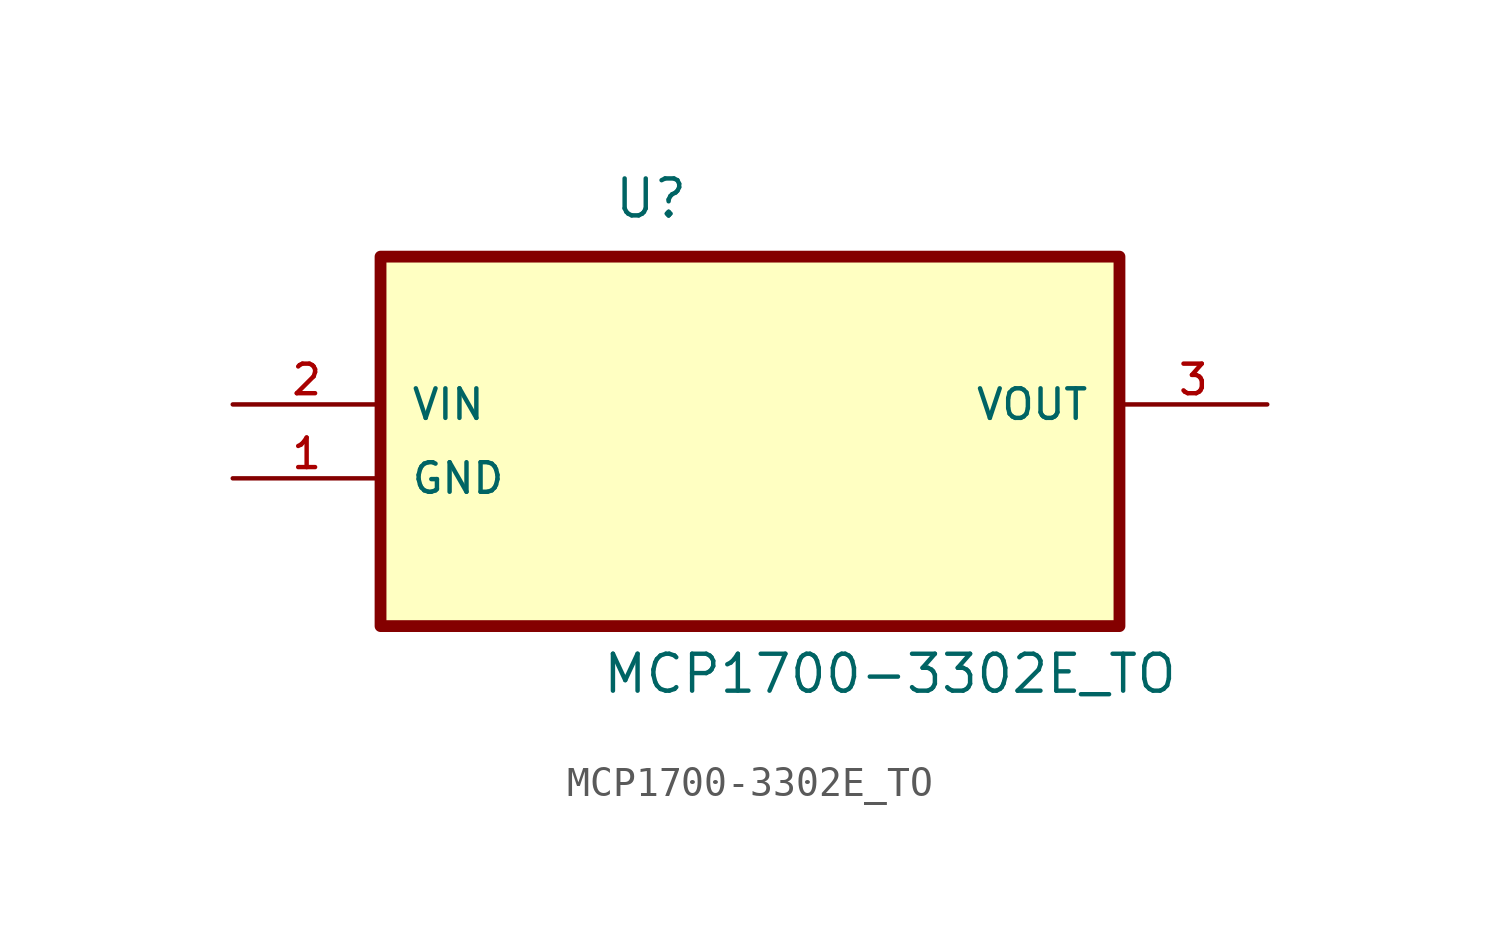
<source format=kicad_sym>
(kicad_symbol_lib
  (version 20211014)
  (generator kicad_symbol_editor)
  (symbol "MCP1700-3302E_TO"
    (pin_names
      (offset 1.016))
    (property "Reference" "U"
      (at -4.712 3.795 0.0)
      (effects (font (size 1.27 1.27)) (justify bottom left)))
    (property "Value" "MCP1700-3302E_TO"
      (at -5.114 -12.543 0.0)
      (effects (font (size 1.27 1.27)) (justify bottom left)))
    (symbol "MCP1700-3302E_TO_0_0"
      (rectangle (start -12.7 -10.16) (end 12.7 2.54) (stroke (width 0.406)) (fill (type background)))
      (pin input line (at -17.78 -2.54 0) (length 5.08) (name "VIN" (effects (font (size 1.016 1.016)))) (number "2" (effects (font (size 1.016 1.016)))))
      (pin passive line (at -17.78 -5.08 0) (length 5.08) (name "GND" (effects (font (size 1.016 1.016)))) (number "1" (effects (font (size 1.016 1.016)))))
      (pin output line (at 17.78 -2.54 180.0) (length 5.08) (name "VOUT" (effects (font (size 1.016 1.016)))) (number "3" (effects (font (size 1.016 1.016))))))))
</source>
